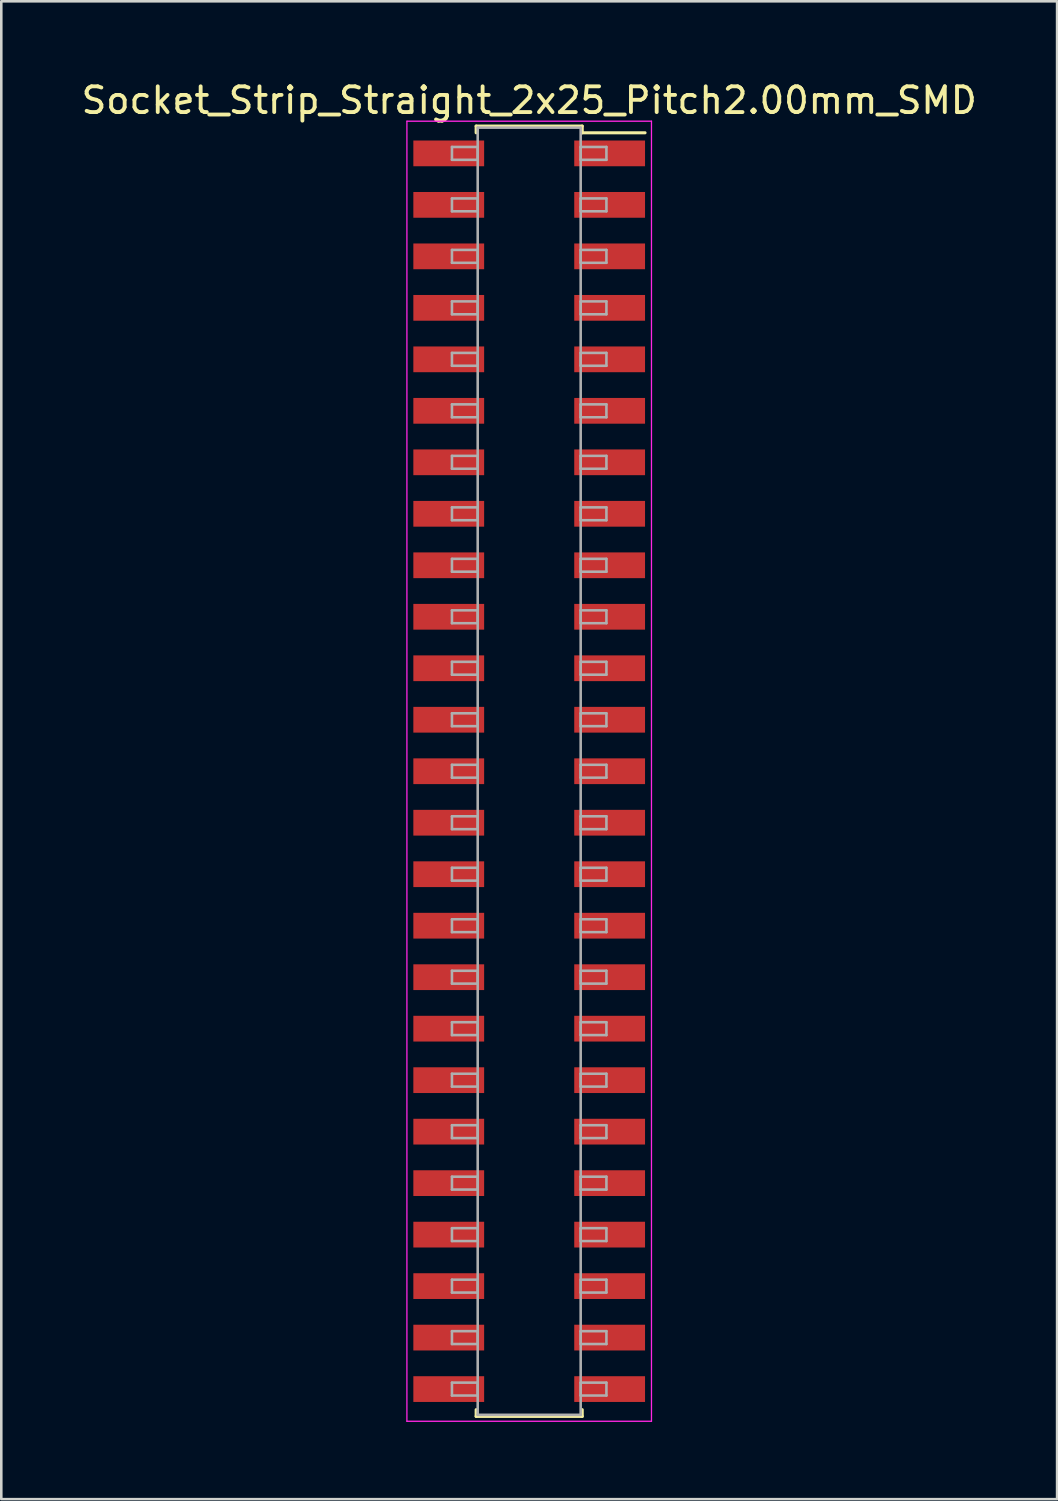
<source format=kicad_pcb>
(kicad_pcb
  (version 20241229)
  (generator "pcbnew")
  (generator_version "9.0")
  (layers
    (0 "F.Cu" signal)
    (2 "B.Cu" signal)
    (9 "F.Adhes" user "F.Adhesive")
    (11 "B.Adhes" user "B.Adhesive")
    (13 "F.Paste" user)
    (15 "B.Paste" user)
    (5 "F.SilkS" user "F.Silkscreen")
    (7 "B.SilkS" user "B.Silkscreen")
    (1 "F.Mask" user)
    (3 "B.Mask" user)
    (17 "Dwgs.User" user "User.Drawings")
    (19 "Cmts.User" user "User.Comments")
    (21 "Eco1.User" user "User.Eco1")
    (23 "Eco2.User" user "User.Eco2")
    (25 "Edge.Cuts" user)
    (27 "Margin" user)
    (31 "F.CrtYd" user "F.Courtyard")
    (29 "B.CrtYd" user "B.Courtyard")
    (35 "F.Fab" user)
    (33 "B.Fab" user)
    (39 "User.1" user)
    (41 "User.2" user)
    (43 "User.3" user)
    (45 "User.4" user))
  (footprint "Socket_Strip_Straight_2x25_Pitch2.00mm_SMD"
    (layer "F.Cu")
    (at 17.506 26.908)
    (property "Reference" "Socket_Strip_Straight_2x25_Pitch2.00mm_SMD" (at 0 -26.06 0) (layer "F.SilkS") (effects (font (size 1 1) (thickness 0.15))))
    (attr smd)
    (fp_line (start -2.06 -25.06) (end 2.06 -25.06) (stroke (width 0.12) (type solid)) (layer "F.SilkS"))
    (fp_line (start -2.06 -24.8) (end -2.06 -25.06) (stroke (width 0.12) (type solid)) (layer "F.SilkS"))
    (fp_line (start -2.06 24.8) (end -2.06 25.06) (stroke (width 0.12) (type solid)) (layer "F.SilkS"))
    (fp_line (start -2.06 25.06) (end 2.06 25.06) (stroke (width 0.12) (type solid)) (layer "F.SilkS"))
    (fp_line (start 2.06 -25.06) (end 2.06 -24.8) (stroke (width 0.12) (type solid)) (layer "F.SilkS"))
    (fp_line (start 2.06 25.06) (end 2.06 24.8) (stroke (width 0.12) (type solid)) (layer "F.SilkS"))
    (fp_line (start 4.5 -24.8) (end 2.06 -24.8) (stroke (width 0.12) (type solid)) (layer "F.SilkS"))
    (fp_line (start -4.75 -25.25) (end -4.75 25.25) (stroke (width 0.05) (type solid)) (layer "F.CrtYd"))
    (fp_line (start -4.75 25.25) (end 4.75 25.25) (stroke (width 0.05) (type solid)) (layer "F.CrtYd"))
    (fp_line (start 4.75 -25.25) (end -4.75 -25.25) (stroke (width 0.05) (type solid)) (layer "F.CrtYd"))
    (fp_line (start 4.75 25.25) (end 4.75 -25.25) (stroke (width 0.05) (type solid)) (layer "F.CrtYd"))
    (fp_line (start -3 -24.25) (end -2 -24.25) (stroke (width 0.1) (type solid)) (layer "F.Fab"))
    (fp_line (start -3 -23.75) (end -3 -24.25) (stroke (width 0.1) (type solid)) (layer "F.Fab"))
    (fp_line (start -3 -22.25) (end -2 -22.25) (stroke (width 0.1) (type solid)) (layer "F.Fab"))
    (fp_line (start -3 -21.75) (end -3 -22.25) (stroke (width 0.1) (type solid)) (layer "F.Fab"))
    (fp_line (start -3 -20.25) (end -2 -20.25) (stroke (width 0.1) (type solid)) (layer "F.Fab"))
    (fp_line (start -3 -19.75) (end -3 -20.25) (stroke (width 0.1) (type solid)) (layer "F.Fab"))
    (fp_line (start -3 -18.25) (end -2 -18.25) (stroke (width 0.1) (type solid)) (layer "F.Fab"))
    (fp_line (start -3 -17.75) (end -3 -18.25) (stroke (width 0.1) (type solid)) (layer "F.Fab"))
    (fp_line (start -3 -16.25) (end -2 -16.25) (stroke (width 0.1) (type solid)) (layer "F.Fab"))
    (fp_line (start -3 -15.75) (end -3 -16.25) (stroke (width 0.1) (type solid)) (layer "F.Fab"))
    (fp_line (start -3 -14.25) (end -2 -14.25) (stroke (width 0.1) (type solid)) (layer "F.Fab"))
    (fp_line (start -3 -13.75) (end -3 -14.25) (stroke (width 0.1) (type solid)) (layer "F.Fab"))
    (fp_line (start -3 -12.25) (end -2 -12.25) (stroke (width 0.1) (type solid)) (layer "F.Fab"))
    (fp_line (start -3 -11.75) (end -3 -12.25) (stroke (width 0.1) (type solid)) (layer "F.Fab"))
    (fp_line (start -3 -10.25) (end -2 -10.25) (stroke (width 0.1) (type solid)) (layer "F.Fab"))
    (fp_line (start -3 -9.75) (end -3 -10.25) (stroke (width 0.1) (type solid)) (layer "F.Fab"))
    (fp_line (start -3 -8.25) (end -2 -8.25) (stroke (width 0.1) (type solid)) (layer "F.Fab"))
    (fp_line (start -3 -7.75) (end -3 -8.25) (stroke (width 0.1) (type solid)) (layer "F.Fab"))
    (fp_line (start -3 -6.25) (end -2 -6.25) (stroke (width 0.1) (type solid)) (layer "F.Fab"))
    (fp_line (start -3 -5.75) (end -3 -6.25) (stroke (width 0.1) (type solid)) (layer "F.Fab"))
    (fp_line (start -3 -4.25) (end -2 -4.25) (stroke (width 0.1) (type solid)) (layer "F.Fab"))
    (fp_line (start -3 -3.75) (end -3 -4.25) (stroke (width 0.1) (type solid)) (layer "F.Fab"))
    (fp_line (start -3 -2.25) (end -2 -2.25) (stroke (width 0.1) (type solid)) (layer "F.Fab"))
    (fp_line (start -3 -1.75) (end -3 -2.25) (stroke (width 0.1) (type solid)) (layer "F.Fab"))
    (fp_line (start -3 -0.25) (end -2 -0.25) (stroke (width 0.1) (type solid)) (layer "F.Fab"))
    (fp_line (start -3 0.25) (end -3 -0.25) (stroke (width 0.1) (type solid)) (layer "F.Fab"))
    (fp_line (start -3 1.75) (end -2 1.75) (stroke (width 0.1) (type solid)) (layer "F.Fab"))
    (fp_line (start -3 2.25) (end -3 1.75) (stroke (width 0.1) (type solid)) (layer "F.Fab"))
    (fp_line (start -3 3.75) (end -2 3.75) (stroke (width 0.1) (type solid)) (layer "F.Fab"))
    (fp_line (start -3 4.25) (end -3 3.75) (stroke (width 0.1) (type solid)) (layer "F.Fab"))
    (fp_line (start -3 5.75) (end -2 5.75) (stroke (width 0.1) (type solid)) (layer "F.Fab"))
    (fp_line (start -3 6.25) (end -3 5.75) (stroke (width 0.1) (type solid)) (layer "F.Fab"))
    (fp_line (start -3 7.75) (end -2 7.75) (stroke (width 0.1) (type solid)) (layer "F.Fab"))
    (fp_line (start -3 8.25) (end -3 7.75) (stroke (width 0.1) (type solid)) (layer "F.Fab"))
    (fp_line (start -3 9.75) (end -2 9.75) (stroke (width 0.1) (type solid)) (layer "F.Fab"))
    (fp_line (start -3 10.25) (end -3 9.75) (stroke (width 0.1) (type solid)) (layer "F.Fab"))
    (fp_line (start -3 11.75) (end -2 11.75) (stroke (width 0.1) (type solid)) (layer "F.Fab"))
    (fp_line (start -3 12.25) (end -3 11.75) (stroke (width 0.1) (type solid)) (layer "F.Fab"))
    (fp_line (start -3 13.75) (end -2 13.75) (stroke (width 0.1) (type solid)) (layer "F.Fab"))
    (fp_line (start -3 14.25) (end -3 13.75) (stroke (width 0.1) (type solid)) (layer "F.Fab"))
    (fp_line (start -3 15.75) (end -2 15.75) (stroke (width 0.1) (type solid)) (layer "F.Fab"))
    (fp_line (start -3 16.25) (end -3 15.75) (stroke (width 0.1) (type solid)) (layer "F.Fab"))
    (fp_line (start -3 17.75) (end -2 17.75) (stroke (width 0.1) (type solid)) (layer "F.Fab"))
    (fp_line (start -3 18.25) (end -3 17.75) (stroke (width 0.1) (type solid)) (layer "F.Fab"))
    (fp_line (start -3 19.75) (end -2 19.75) (stroke (width 0.1) (type solid)) (layer "F.Fab"))
    (fp_line (start -3 20.25) (end -3 19.75) (stroke (width 0.1) (type solid)) (layer "F.Fab"))
    (fp_line (start -3 21.75) (end -2 21.75) (stroke (width 0.1) (type solid)) (layer "F.Fab"))
    (fp_line (start -3 22.25) (end -3 21.75) (stroke (width 0.1) (type solid)) (layer "F.Fab"))
    (fp_line (start -3 23.75) (end -2 23.75) (stroke (width 0.1) (type solid)) (layer "F.Fab"))
    (fp_line (start -3 24.25) (end -3 23.75) (stroke (width 0.1) (type solid)) (layer "F.Fab"))
    (fp_line (start -2 -25) (end -2 25) (stroke (width 0.1) (type solid)) (layer "F.Fab"))
    (fp_line (start -2 -24.25) (end -2 -23.75) (stroke (width 0.1) (type solid)) (layer "F.Fab"))
    (fp_line (start -2 -23.75) (end -3 -23.75) (stroke (width 0.1) (type solid)) (layer "F.Fab"))
    (fp_line (start -2 -22.25) (end -2 -21.75) (stroke (width 0.1) (type solid)) (layer "F.Fab"))
    (fp_line (start -2 -21.75) (end -3 -21.75) (stroke (width 0.1) (type solid)) (layer "F.Fab"))
    (fp_line (start -2 -20.25) (end -2 -19.75) (stroke (width 0.1) (type solid)) (layer "F.Fab"))
    (fp_line (start -2 -19.75) (end -3 -19.75) (stroke (width 0.1) (type solid)) (layer "F.Fab"))
    (fp_line (start -2 -18.25) (end -2 -17.75) (stroke (width 0.1) (type solid)) (layer "F.Fab"))
    (fp_line (start -2 -17.75) (end -3 -17.75) (stroke (width 0.1) (type solid)) (layer "F.Fab"))
    (fp_line (start -2 -16.25) (end -2 -15.75) (stroke (width 0.1) (type solid)) (layer "F.Fab"))
    (fp_line (start -2 -15.75) (end -3 -15.75) (stroke (width 0.1) (type solid)) (layer "F.Fab"))
    (fp_line (start -2 -14.25) (end -2 -13.75) (stroke (width 0.1) (type solid)) (layer "F.Fab"))
    (fp_line (start -2 -13.75) (end -3 -13.75) (stroke (width 0.1) (type solid)) (layer "F.Fab"))
    (fp_line (start -2 -12.25) (end -2 -11.75) (stroke (width 0.1) (type solid)) (layer "F.Fab"))
    (fp_line (start -2 -11.75) (end -3 -11.75) (stroke (width 0.1) (type solid)) (layer "F.Fab"))
    (fp_line (start -2 -10.25) (end -2 -9.75) (stroke (width 0.1) (type solid)) (layer "F.Fab"))
    (fp_line (start -2 -9.75) (end -3 -9.75) (stroke (width 0.1) (type solid)) (layer "F.Fab"))
    (fp_line (start -2 -8.25) (end -2 -7.75) (stroke (width 0.1) (type solid)) (layer "F.Fab"))
    (fp_line (start -2 -7.75) (end -3 -7.75) (stroke (width 0.1) (type solid)) (layer "F.Fab"))
    (fp_line (start -2 -6.25) (end -2 -5.75) (stroke (width 0.1) (type solid)) (layer "F.Fab"))
    (fp_line (start -2 -5.75) (end -3 -5.75) (stroke (width 0.1) (type solid)) (layer "F.Fab"))
    (fp_line (start -2 -4.25) (end -2 -3.75) (stroke (width 0.1) (type solid)) (layer "F.Fab"))
    (fp_line (start -2 -3.75) (end -3 -3.75) (stroke (width 0.1) (type solid)) (layer "F.Fab"))
    (fp_line (start -2 -2.25) (end -2 -1.75) (stroke (width 0.1) (type solid)) (layer "F.Fab"))
    (fp_line (start -2 -1.75) (end -3 -1.75) (stroke (width 0.1) (type solid)) (layer "F.Fab"))
    (fp_line (start -2 -0.25) (end -2 0.25) (stroke (width 0.1) (type solid)) (layer "F.Fab"))
    (fp_line (start -2 0.25) (end -3 0.25) (stroke (width 0.1) (type solid)) (layer "F.Fab"))
    (fp_line (start -2 1.75) (end -2 2.25) (stroke (width 0.1) (type solid)) (layer "F.Fab"))
    (fp_line (start -2 2.25) (end -3 2.25) (stroke (width 0.1) (type solid)) (layer "F.Fab"))
    (fp_line (start -2 3.75) (end -2 4.25) (stroke (width 0.1) (type solid)) (layer "F.Fab"))
    (fp_line (start -2 4.25) (end -3 4.25) (stroke (width 0.1) (type solid)) (layer "F.Fab"))
    (fp_line (start -2 5.75) (end -2 6.25) (stroke (width 0.1) (type solid)) (layer "F.Fab"))
    (fp_line (start -2 6.25) (end -3 6.25) (stroke (width 0.1) (type solid)) (layer "F.Fab"))
    (fp_line (start -2 7.75) (end -2 8.25) (stroke (width 0.1) (type solid)) (layer "F.Fab"))
    (fp_line (start -2 8.25) (end -3 8.25) (stroke (width 0.1) (type solid)) (layer "F.Fab"))
    (fp_line (start -2 9.75) (end -2 10.25) (stroke (width 0.1) (type solid)) (layer "F.Fab"))
    (fp_line (start -2 10.25) (end -3 10.25) (stroke (width 0.1) (type solid)) (layer "F.Fab"))
    (fp_line (start -2 11.75) (end -2 12.25) (stroke (width 0.1) (type solid)) (layer "F.Fab"))
    (fp_line (start -2 12.25) (end -3 12.25) (stroke (width 0.1) (type solid)) (layer "F.Fab"))
    (fp_line (start -2 13.75) (end -2 14.25) (stroke (width 0.1) (type solid)) (layer "F.Fab"))
    (fp_line (start -2 14.25) (end -3 14.25) (stroke (width 0.1) (type solid)) (layer "F.Fab"))
    (fp_line (start -2 15.75) (end -2 16.25) (stroke (width 0.1) (type solid)) (layer "F.Fab"))
    (fp_line (start -2 16.25) (end -3 16.25) (stroke (width 0.1) (type solid)) (layer "F.Fab"))
    (fp_line (start -2 17.75) (end -2 18.25) (stroke (width 0.1) (type solid)) (layer "F.Fab"))
    (fp_line (start -2 18.25) (end -3 18.25) (stroke (width 0.1) (type solid)) (layer "F.Fab"))
    (fp_line (start -2 19.75) (end -2 20.25) (stroke (width 0.1) (type solid)) (layer "F.Fab"))
    (fp_line (start -2 20.25) (end -3 20.25) (stroke (width 0.1) (type solid)) (layer "F.Fab"))
    (fp_line (start -2 21.75) (end -2 22.25) (stroke (width 0.1) (type solid)) (layer "F.Fab"))
    (fp_line (start -2 22.25) (end -3 22.25) (stroke (width 0.1) (type solid)) (layer "F.Fab"))
    (fp_line (start -2 23.75) (end -2 24.25) (stroke (width 0.1) (type solid)) (layer "F.Fab"))
    (fp_line (start -2 24.25) (end -3 24.25) (stroke (width 0.1) (type solid)) (layer "F.Fab"))
    (fp_line (start -2 25) (end 2 25) (stroke (width 0.1) (type solid)) (layer "F.Fab"))
    (fp_line (start 2 -25) (end -2 -25) (stroke (width 0.1) (type solid)) (layer "F.Fab"))
    (fp_line (start 2 -24.25) (end 2 -23.75) (stroke (width 0.1) (type solid)) (layer "F.Fab"))
    (fp_line (start 2 -23.75) (end 3 -23.75) (stroke (width 0.1) (type solid)) (layer "F.Fab"))
    (fp_line (start 2 -22.25) (end 2 -21.75) (stroke (width 0.1) (type solid)) (layer "F.Fab"))
    (fp_line (start 2 -21.75) (end 3 -21.75) (stroke (width 0.1) (type solid)) (layer "F.Fab"))
    (fp_line (start 2 -20.25) (end 2 -19.75) (stroke (width 0.1) (type solid)) (layer "F.Fab"))
    (fp_line (start 2 -19.75) (end 3 -19.75) (stroke (width 0.1) (type solid)) (layer "F.Fab"))
    (fp_line (start 2 -18.25) (end 2 -17.75) (stroke (width 0.1) (type solid)) (layer "F.Fab"))
    (fp_line (start 2 -17.75) (end 3 -17.75) (stroke (width 0.1) (type solid)) (layer "F.Fab"))
    (fp_line (start 2 -16.25) (end 2 -15.75) (stroke (width 0.1) (type solid)) (layer "F.Fab"))
    (fp_line (start 2 -15.75) (end 3 -15.75) (stroke (width 0.1) (type solid)) (layer "F.Fab"))
    (fp_line (start 2 -14.25) (end 2 -13.75) (stroke (width 0.1) (type solid)) (layer "F.Fab"))
    (fp_line (start 2 -13.75) (end 3 -13.75) (stroke (width 0.1) (type solid)) (layer "F.Fab"))
    (fp_line (start 2 -12.25) (end 2 -11.75) (stroke (width 0.1) (type solid)) (layer "F.Fab"))
    (fp_line (start 2 -11.75) (end 3 -11.75) (stroke (width 0.1) (type solid)) (layer "F.Fab"))
    (fp_line (start 2 -10.25) (end 2 -9.75) (stroke (width 0.1) (type solid)) (layer "F.Fab"))
    (fp_line (start 2 -9.75) (end 3 -9.75) (stroke (width 0.1) (type solid)) (layer "F.Fab"))
    (fp_line (start 2 -8.25) (end 2 -7.75) (stroke (width 0.1) (type solid)) (layer "F.Fab"))
    (fp_line (start 2 -7.75) (end 3 -7.75) (stroke (width 0.1) (type solid)) (layer "F.Fab"))
    (fp_line (start 2 -6.25) (end 2 -5.75) (stroke (width 0.1) (type solid)) (layer "F.Fab"))
    (fp_line (start 2 -5.75) (end 3 -5.75) (stroke (width 0.1) (type solid)) (layer "F.Fab"))
    (fp_line (start 2 -4.25) (end 2 -3.75) (stroke (width 0.1) (type solid)) (layer "F.Fab"))
    (fp_line (start 2 -3.75) (end 3 -3.75) (stroke (width 0.1) (type solid)) (layer "F.Fab"))
    (fp_line (start 2 -2.25) (end 2 -1.75) (stroke (width 0.1) (type solid)) (layer "F.Fab"))
    (fp_line (start 2 -1.75) (end 3 -1.75) (stroke (width 0.1) (type solid)) (layer "F.Fab"))
    (fp_line (start 2 -0.25) (end 2 0.25) (stroke (width 0.1) (type solid)) (layer "F.Fab"))
    (fp_line (start 2 0.25) (end 3 0.25) (stroke (width 0.1) (type solid)) (layer "F.Fab"))
    (fp_line (start 2 1.75) (end 2 2.25) (stroke (width 0.1) (type solid)) (layer "F.Fab"))
    (fp_line (start 2 2.25) (end 3 2.25) (stroke (width 0.1) (type solid)) (layer "F.Fab"))
    (fp_line (start 2 3.75) (end 2 4.25) (stroke (width 0.1) (type solid)) (layer "F.Fab"))
    (fp_line (start 2 4.25) (end 3 4.25) (stroke (width 0.1) (type solid)) (layer "F.Fab"))
    (fp_line (start 2 5.75) (end 2 6.25) (stroke (width 0.1) (type solid)) (layer "F.Fab"))
    (fp_line (start 2 6.25) (end 3 6.25) (stroke (width 0.1) (type solid)) (layer "F.Fab"))
    (fp_line (start 2 7.75) (end 2 8.25) (stroke (width 0.1) (type solid)) (layer "F.Fab"))
    (fp_line (start 2 8.25) (end 3 8.25) (stroke (width 0.1) (type solid)) (layer "F.Fab"))
    (fp_line (start 2 9.75) (end 2 10.25) (stroke (width 0.1) (type solid)) (layer "F.Fab"))
    (fp_line (start 2 10.25) (end 3 10.25) (stroke (width 0.1) (type solid)) (layer "F.Fab"))
    (fp_line (start 2 11.75) (end 2 12.25) (stroke (width 0.1) (type solid)) (layer "F.Fab"))
    (fp_line (start 2 12.25) (end 3 12.25) (stroke (width 0.1) (type solid)) (layer "F.Fab"))
    (fp_line (start 2 13.75) (end 2 14.25) (stroke (width 0.1) (type solid)) (layer "F.Fab"))
    (fp_line (start 2 14.25) (end 3 14.25) (stroke (width 0.1) (type solid)) (layer "F.Fab"))
    (fp_line (start 2 15.75) (end 2 16.25) (stroke (width 0.1) (type solid)) (layer "F.Fab"))
    (fp_line (start 2 16.25) (end 3 16.25) (stroke (width 0.1) (type solid)) (layer "F.Fab"))
    (fp_line (start 2 17.75) (end 2 18.25) (stroke (width 0.1) (type solid)) (layer "F.Fab"))
    (fp_line (start 2 18.25) (end 3 18.25) (stroke (width 0.1) (type solid)) (layer "F.Fab"))
    (fp_line (start 2 19.75) (end 2 20.25) (stroke (width 0.1) (type solid)) (layer "F.Fab"))
    (fp_line (start 2 20.25) (end 3 20.25) (stroke (width 0.1) (type solid)) (layer "F.Fab"))
    (fp_line (start 2 21.75) (end 2 22.25) (stroke (width 0.1) (type solid)) (layer "F.Fab"))
    (fp_line (start 2 22.25) (end 3 22.25) (stroke (width 0.1) (type solid)) (layer "F.Fab"))
    (fp_line (start 2 23.75) (end 2 24.25) (stroke (width 0.1) (type solid)) (layer "F.Fab"))
    (fp_line (start 2 24.25) (end 3 24.25) (stroke (width 0.1) (type solid)) (layer "F.Fab"))
    (fp_line (start 2 25) (end 2 -25) (stroke (width 0.1) (type solid)) (layer "F.Fab"))
    (fp_line (start 3 -24.25) (end 2 -24.25) (stroke (width 0.1) (type solid)) (layer "F.Fab"))
    (fp_line (start 3 -23.75) (end 3 -24.25) (stroke (width 0.1) (type solid)) (layer "F.Fab"))
    (fp_line (start 3 -22.25) (end 2 -22.25) (stroke (width 0.1) (type solid)) (layer "F.Fab"))
    (fp_line (start 3 -21.75) (end 3 -22.25) (stroke (width 0.1) (type solid)) (layer "F.Fab"))
    (fp_line (start 3 -20.25) (end 2 -20.25) (stroke (width 0.1) (type solid)) (layer "F.Fab"))
    (fp_line (start 3 -19.75) (end 3 -20.25) (stroke (width 0.1) (type solid)) (layer "F.Fab"))
    (fp_line (start 3 -18.25) (end 2 -18.25) (stroke (width 0.1) (type solid)) (layer "F.Fab"))
    (fp_line (start 3 -17.75) (end 3 -18.25) (stroke (width 0.1) (type solid)) (layer "F.Fab"))
    (fp_line (start 3 -16.25) (end 2 -16.25) (stroke (width 0.1) (type solid)) (layer "F.Fab"))
    (fp_line (start 3 -15.75) (end 3 -16.25) (stroke (width 0.1) (type solid)) (layer "F.Fab"))
    (fp_line (start 3 -14.25) (end 2 -14.25) (stroke (width 0.1) (type solid)) (layer "F.Fab"))
    (fp_line (start 3 -13.75) (end 3 -14.25) (stroke (width 0.1) (type solid)) (layer "F.Fab"))
    (fp_line (start 3 -12.25) (end 2 -12.25) (stroke (width 0.1) (type solid)) (layer "F.Fab"))
    (fp_line (start 3 -11.75) (end 3 -12.25) (stroke (width 0.1) (type solid)) (layer "F.Fab"))
    (fp_line (start 3 -10.25) (end 2 -10.25) (stroke (width 0.1) (type solid)) (layer "F.Fab"))
    (fp_line (start 3 -9.75) (end 3 -10.25) (stroke (width 0.1) (type solid)) (layer "F.Fab"))
    (fp_line (start 3 -8.25) (end 2 -8.25) (stroke (width 0.1) (type solid)) (layer "F.Fab"))
    (fp_line (start 3 -7.75) (end 3 -8.25) (stroke (width 0.1) (type solid)) (layer "F.Fab"))
    (fp_line (start 3 -6.25) (end 2 -6.25) (stroke (width 0.1) (type solid)) (layer "F.Fab"))
    (fp_line (start 3 -5.75) (end 3 -6.25) (stroke (width 0.1) (type solid)) (layer "F.Fab"))
    (fp_line (start 3 -4.25) (end 2 -4.25) (stroke (width 0.1) (type solid)) (layer "F.Fab"))
    (fp_line (start 3 -3.75) (end 3 -4.25) (stroke (width 0.1) (type solid)) (layer "F.Fab"))
    (fp_line (start 3 -2.25) (end 2 -2.25) (stroke (width 0.1) (type solid)) (layer "F.Fab"))
    (fp_line (start 3 -1.75) (end 3 -2.25) (stroke (width 0.1) (type solid)) (layer "F.Fab"))
    (fp_line (start 3 -0.25) (end 2 -0.25) (stroke (width 0.1) (type solid)) (layer "F.Fab"))
    (fp_line (start 3 0.25) (end 3 -0.25) (stroke (width 0.1) (type solid)) (layer "F.Fab"))
    (fp_line (start 3 1.75) (end 2 1.75) (stroke (width 0.1) (type solid)) (layer "F.Fab"))
    (fp_line (start 3 2.25) (end 3 1.75) (stroke (width 0.1) (type solid)) (layer "F.Fab"))
    (fp_line (start 3 3.75) (end 2 3.75) (stroke (width 0.1) (type solid)) (layer "F.Fab"))
    (fp_line (start 3 4.25) (end 3 3.75) (stroke (width 0.1) (type solid)) (layer "F.Fab"))
    (fp_line (start 3 5.75) (end 2 5.75) (stroke (width 0.1) (type solid)) (layer "F.Fab"))
    (fp_line (start 3 6.25) (end 3 5.75) (stroke (width 0.1) (type solid)) (layer "F.Fab"))
    (fp_line (start 3 7.75) (end 2 7.75) (stroke (width 0.1) (type solid)) (layer "F.Fab"))
    (fp_line (start 3 8.25) (end 3 7.75) (stroke (width 0.1) (type solid)) (layer "F.Fab"))
    (fp_line (start 3 9.75) (end 2 9.75) (stroke (width 0.1) (type solid)) (layer "F.Fab"))
    (fp_line (start 3 10.25) (end 3 9.75) (stroke (width 0.1) (type solid)) (layer "F.Fab"))
    (fp_line (start 3 11.75) (end 2 11.75) (stroke (width 0.1) (type solid)) (layer "F.Fab"))
    (fp_line (start 3 12.25) (end 3 11.75) (stroke (width 0.1) (type solid)) (layer "F.Fab"))
    (fp_line (start 3 13.75) (end 2 13.75) (stroke (width 0.1) (type solid)) (layer "F.Fab"))
    (fp_line (start 3 14.25) (end 3 13.75) (stroke (width 0.1) (type solid)) (layer "F.Fab"))
    (fp_line (start 3 15.75) (end 2 15.75) (stroke (width 0.1) (type solid)) (layer "F.Fab"))
    (fp_line (start 3 16.25) (end 3 15.75) (stroke (width 0.1) (type solid)) (layer "F.Fab"))
    (fp_line (start 3 17.75) (end 2 17.75) (stroke (width 0.1) (type solid)) (layer "F.Fab"))
    (fp_line (start 3 18.25) (end 3 17.75) (stroke (width 0.1) (type solid)) (layer "F.Fab"))
    (fp_line (start 3 19.75) (end 2 19.75) (stroke (width 0.1) (type solid)) (layer "F.Fab"))
    (fp_line (start 3 20.25) (end 3 19.75) (stroke (width 0.1) (type solid)) (layer "F.Fab"))
    (fp_line (start 3 21.75) (end 2 21.75) (stroke (width 0.1) (type solid)) (layer "F.Fab"))
    (fp_line (start 3 22.25) (end 3 21.75) (stroke (width 0.1) (type solid)) (layer "F.Fab"))
    (fp_line (start 3 23.75) (end 2 23.75) (stroke (width 0.1) (type solid)) (layer "F.Fab"))
    (fp_line (start 3 24.25) (end 3 23.75) (stroke (width 0.1) (type solid)) (layer "F.Fab"))
    (pad "1" smd rect (at 3.125 -24) (size 2.75 1) (layers "F.Cu" "F.Mask"))
    (pad "2" smd rect (at -3.125 -24) (size 2.75 1) (layers "F.Cu" "F.Mask"))
    (pad "3" smd rect (at 3.125 -22) (size 2.75 1) (layers "F.Cu" "F.Mask"))
    (pad "4" smd rect (at -3.125 -22) (size 2.75 1) (layers "F.Cu" "F.Mask"))
    (pad "5" smd rect (at 3.125 -20) (size 2.75 1) (layers "F.Cu" "F.Mask"))
    (pad "6" smd rect (at -3.125 -20) (size 2.75 1) (layers "F.Cu" "F.Mask"))
    (pad "7" smd rect (at 3.125 -18) (size 2.75 1) (layers "F.Cu" "F.Mask"))
    (pad "8" smd rect (at -3.125 -18) (size 2.75 1) (layers "F.Cu" "F.Mask"))
    (pad "9" smd rect (at 3.125 -16) (size 2.75 1) (layers "F.Cu" "F.Mask"))
    (pad "10" smd rect (at -3.125 -16) (size 2.75 1) (layers "F.Cu" "F.Mask"))
    (pad "11" smd rect (at 3.125 -14) (size 2.75 1) (layers "F.Cu" "F.Mask"))
    (pad "12" smd rect (at -3.125 -14) (size 2.75 1) (layers "F.Cu" "F.Mask"))
    (pad "13" smd rect (at 3.125 -12) (size 2.75 1) (layers "F.Cu" "F.Mask"))
    (pad "14" smd rect (at -3.125 -12) (size 2.75 1) (layers "F.Cu" "F.Mask"))
    (pad "15" smd rect (at 3.125 -10) (size 2.75 1) (layers "F.Cu" "F.Mask"))
    (pad "16" smd rect (at -3.125 -10) (size 2.75 1) (layers "F.Cu" "F.Mask"))
    (pad "17" smd rect (at 3.125 -8) (size 2.75 1) (layers "F.Cu" "F.Mask"))
    (pad "18" smd rect (at -3.125 -8) (size 2.75 1) (layers "F.Cu" "F.Mask"))
    (pad "19" smd rect (at 3.125 -6) (size 2.75 1) (layers "F.Cu" "F.Mask"))
    (pad "20" smd rect (at -3.125 -6) (size 2.75 1) (layers "F.Cu" "F.Mask"))
    (pad "21" smd rect (at 3.125 -4) (size 2.75 1) (layers "F.Cu" "F.Mask"))
    (pad "22" smd rect (at -3.125 -4) (size 2.75 1) (layers "F.Cu" "F.Mask"))
    (pad "23" smd rect (at 3.125 -2) (size 2.75 1) (layers "F.Cu" "F.Mask"))
    (pad "24" smd rect (at -3.125 -2) (size 2.75 1) (layers "F.Cu" "F.Mask"))
    (pad "25" smd rect (at 3.125 0) (size 2.75 1) (layers "F.Cu" "F.Mask"))
    (pad "26" smd rect (at -3.125 0) (size 2.75 1) (layers "F.Cu" "F.Mask"))
    (pad "27" smd rect (at 3.125 2) (size 2.75 1) (layers "F.Cu" "F.Mask"))
    (pad "28" smd rect (at -3.125 2) (size 2.75 1) (layers "F.Cu" "F.Mask"))
    (pad "29" smd rect (at 3.125 4) (size 2.75 1) (layers "F.Cu" "F.Mask"))
    (pad "30" smd rect (at -3.125 4) (size 2.75 1) (layers "F.Cu" "F.Mask"))
    (pad "31" smd rect (at 3.125 6) (size 2.75 1) (layers "F.Cu" "F.Mask"))
    (pad "32" smd rect (at -3.125 6) (size 2.75 1) (layers "F.Cu" "F.Mask"))
    (pad "33" smd rect (at 3.125 8) (size 2.75 1) (layers "F.Cu" "F.Mask"))
    (pad "34" smd rect (at -3.125 8) (size 2.75 1) (layers "F.Cu" "F.Mask"))
    (pad "35" smd rect (at 3.125 10) (size 2.75 1) (layers "F.Cu" "F.Mask"))
    (pad "36" smd rect (at -3.125 10) (size 2.75 1) (layers "F.Cu" "F.Mask"))
    (pad "37" smd rect (at 3.125 12) (size 2.75 1) (layers "F.Cu" "F.Mask"))
    (pad "38" smd rect (at -3.125 12) (size 2.75 1) (layers "F.Cu" "F.Mask"))
    (pad "39" smd rect (at 3.125 14) (size 2.75 1) (layers "F.Cu" "F.Mask"))
    (pad "40" smd rect (at -3.125 14) (size 2.75 1) (layers "F.Cu" "F.Mask"))
    (pad "41" smd rect (at 3.125 16) (size 2.75 1) (layers "F.Cu" "F.Mask"))
    (pad "42" smd rect (at -3.125 16) (size 2.75 1) (layers "F.Cu" "F.Mask"))
    (pad "43" smd rect (at 3.125 18) (size 2.75 1) (layers "F.Cu" "F.Mask"))
    (pad "44" smd rect (at -3.125 18) (size 2.75 1) (layers "F.Cu" "F.Mask"))
    (pad "45" smd rect (at 3.125 20) (size 2.75 1) (layers "F.Cu" "F.Mask"))
    (pad "46" smd rect (at -3.125 20) (size 2.75 1) (layers "F.Cu" "F.Mask"))
    (pad "47" smd rect (at 3.125 22) (size 2.75 1) (layers "F.Cu" "F.Mask"))
    (pad "48" smd rect (at -3.125 22) (size 2.75 1) (layers "F.Cu" "F.Mask"))
    (pad "49" smd rect (at 3.125 24) (size 2.75 1) (layers "F.Cu" "F.Mask"))
    (pad "50" smd rect (at -3.125 24) (size 2.75 1) (layers "F.Cu" "F.Mask")))
  (gr_rect
    (start -3 -3)
    (end 38.012 55.183)
    (stroke (width 0.1) (type default))
    (fill no)
    (layer "Edge.Cuts")))
</source>
